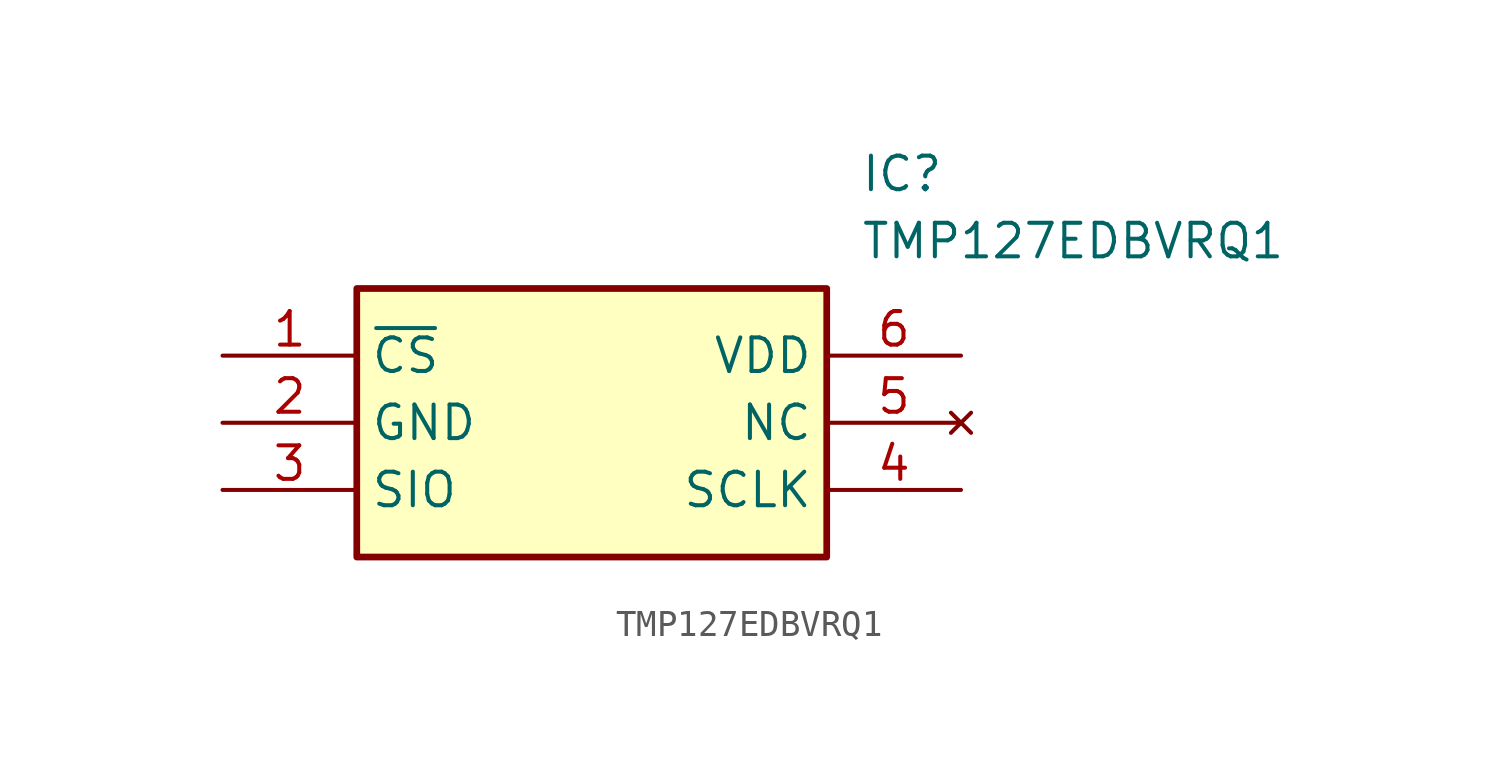
<source format=kicad_sym>
(kicad_symbol_lib
  (version 20211014)
  (generator SamacSys_ECAD_Model)
  (symbol "TMP127EDBVRQ1"
    (property "Reference" "IC"
      (at 24.13 7.62 0)
      (effects (font (size 1.27 1.27)) (justify left top)))
    (property "Value" "TMP127EDBVRQ1"
      (at 24.13 5.08 0)
      (effects (font (size 1.27 1.27)) (justify left top)))
    (rectangle
      (start 5.08 2.54)
      (end 22.86 -7.62)
      (stroke (width 0.254) (type default))
      (fill (type background)))
    (pin passive line
      (at 0 0 0)
      (length 5.08)
      (name "~{CS}" (effects (font (size 1.27 1.27))))
      (number "1" (effects (font (size 1.27 1.27)))))
    (pin passive line
      (at 0 -2.54 0)
      (length 5.08)
      (name "GND" (effects (font (size 1.27 1.27))))
      (number "2" (effects (font (size 1.27 1.27)))))
    (pin passive line
      (at 0 -5.08 0)
      (length 5.08)
      (name "SIO" (effects (font (size 1.27 1.27))))
      (number "3" (effects (font (size 1.27 1.27)))))
    (pin passive line
      (at 27.94 0 180)
      (length 5.08)
      (name "VDD" (effects (font (size 1.27 1.27))))
      (number "6" (effects (font (size 1.27 1.27)))))
    (pin no_connect line
      (at 27.94 -2.54 180)
      (length 5.08)
      (name "NC" (effects (font (size 1.27 1.27))))
      (number "5" (effects (font (size 1.27 1.27)))))
    (pin passive line
      (at 27.94 -5.08 180)
      (length 5.08)
      (name "SCLK" (effects (font (size 1.27 1.27))))
      (number "4" (effects (font (size 1.27 1.27)))))))
</source>
